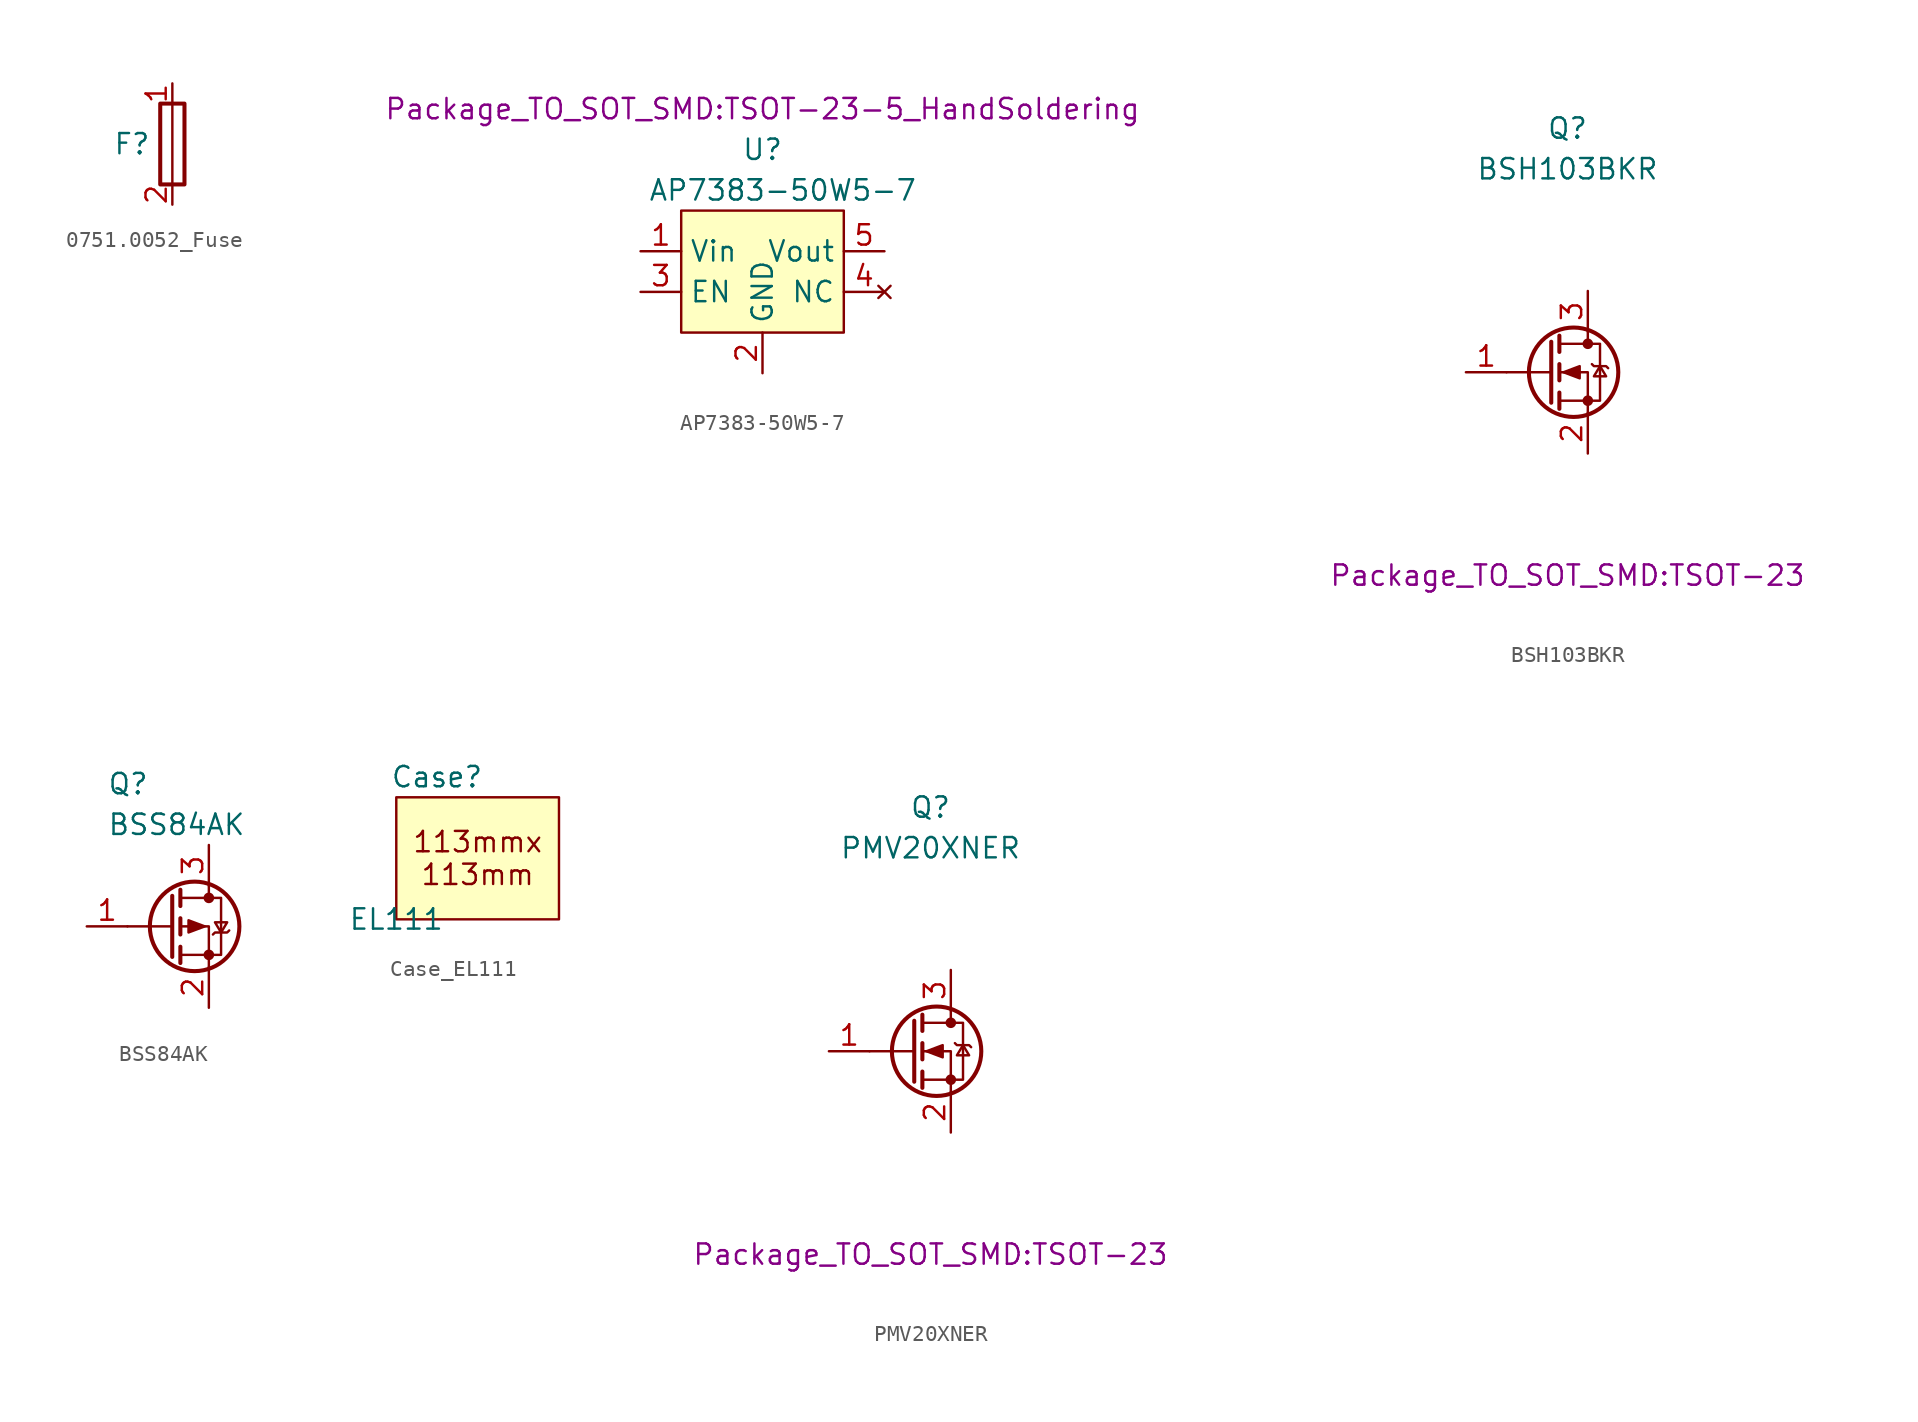
<source format=kicad_sym>
(kicad_symbol_lib
  (version 20220914)
  (generator kicad_symbol_editor)
  (symbol "0751.0052_Fuse"
    (property "Reference" "F"
      (at -2.54 3.81 0)
      (effects (font (size 1.27 1.27))))
    (property "Value" ""
      (at 0 0 0)
      (effects (font (size 1.27 1.27))))
    (symbol "0751.0052_Fuse_0_1"
      (rectangle (start -0.762 1.27) (end 0.762 6.35) (stroke (width 0.254) (type default)) (fill (type none)))
      (polyline (pts (xy 0 6.35) (xy 0 1.27)) (stroke (width 0) (type default)) (fill (type none))))
    (symbol "0751.0052_Fuse_1_1"
      (pin passive line (at 0 7.62 270) (length 1.27) (name "" (effects (font (size 1.27 1.27)))) (number "1" (effects (font (size 1.27 1.27)))))
      (pin passive line (at 0 0 90) (length 1.27) (name "" (effects (font (size 1.27 1.27)))) (number "2" (effects (font (size 1.27 1.27)))))))
  (symbol "AP7383-50W5-7"
    (property "Reference" "U"
      (at 0 8.89 0)
      (effects (font (size 1.27 1.27))))
    (property "Value" "AP7383-50W5-7"
      (at 1.27 6.35 0)
      (effects (font (size 1.27 1.27))))
    (property "Footprint" "Package_TO_SOT_SMD:TSOT-23-5_HandSoldering"
      (at 0 11.43 0)
      (effects (font (size 1.27 1.27))))
    (symbol "AP7383-50W5-7_1_1"
      (rectangle (start -5.08 5.08) (end 5.08 -2.54) (stroke (width 0) (type default)) (fill (type background)))
      (pin power_in line (at -7.62 2.54 0) (length 2.54) (name "Vin" (effects (font (size 1.27 1.27)))) (number "1" (effects (font (size 1.27 1.27)))))
      (pin passive line (at 0 -5.08 90) (length 2.54) (name "GND" (effects (font (size 1.27 1.27)))) (number "2" (effects (font (size 1.27 1.27)))))
      (pin input line (at -7.62 0 0) (length 2.54) (name "EN" (effects (font (size 1.27 1.27)))) (number "3" (effects (font (size 1.27 1.27)))))
      (pin no_connect line (at 7.62 0 180) (length 2.54) (name "NC" (effects (font (size 1.27 1.27)))) (number "4" (effects (font (size 1.27 1.27)))))
      (pin power_out line (at 7.62 2.54 180) (length 2.54) (name "Vout" (effects (font (size 1.27 1.27)))) (number "5" (effects (font (size 1.27 1.27)))))))
  (symbol "BSH103BKR"
    (property "Reference" "Q"
      (at 0 15.24 0)
      (effects (font (size 1.27 1.27))))
    (property "Value" "BSH103BKR"
      (at 0 12.7 0)
      (effects (font (size 1.27 1.27))))
    (property "Footprint" "Package_TO_SOT_SMD:TSOT-23"
      (at 0 -12.7 0)
      (effects (font (size 1.27 1.27))))
    (symbol "BSH103BKR_0_1"
      (polyline (pts (xy -1.016 0) (xy -3.81 0)) (stroke (width 0) (type default)) (fill (type none)))
      (polyline (pts (xy -1.016 1.905) (xy -1.016 -1.905)) (stroke (width 0.254) (type default)) (fill (type none)))
      (polyline (pts (xy -0.508 -1.27) (xy -0.508 -2.286)) (stroke (width 0.254) (type default)) (fill (type none)))
      (polyline (pts (xy -0.508 0.508) (xy -0.508 -0.508)) (stroke (width 0.254) (type default)) (fill (type none)))
      (polyline (pts (xy -0.508 2.286) (xy -0.508 1.27)) (stroke (width 0.254) (type default)) (fill (type none)))
      (polyline (pts (xy 1.27 2.54) (xy 1.27 1.778)) (stroke (width 0) (type default)) (fill (type none)))
      (polyline (pts (xy 1.27 -2.54) (xy 1.27 0) (xy -0.508 0)) (stroke (width 0) (type default)) (fill (type none)))
      (polyline (pts (xy -0.508 -1.778) (xy 2.032 -1.778) (xy 2.032 1.778) (xy -0.508 1.778)) (stroke (width 0) (type default)) (fill (type none)))
      (polyline (pts (xy -0.254 0) (xy 0.762 0.381) (xy 0.762 -0.381) (xy -0.254 0)) (stroke (width 0) (type default)) (fill (type outline)))
      (polyline (pts (xy 1.524 0.508) (xy 1.651 0.381) (xy 2.413 0.381) (xy 2.54 0.254)) (stroke (width 0) (type default)) (fill (type none)))
      (polyline (pts (xy 2.032 0.381) (xy 1.651 -0.254) (xy 2.413 -0.254) (xy 2.032 0.381)) (stroke (width 0) (type default)) (fill (type none)))
      (circle (center 0.381 0) (radius 2.794) (stroke (width 0.254) (type default)) (fill (type none)))
      (circle (center 1.27 -1.778) (radius 0.254) (stroke (width 0) (type default)) (fill (type outline)))
      (circle (center 1.27 1.778) (radius 0.254) (stroke (width 0) (type default)) (fill (type outline))))
    (symbol "BSH103BKR_1_1"
      (pin input line (at -6.35 0 0) (length 2.54) (name "" (effects (font (size 1.27 1.27)))) (number "1" (effects (font (size 1.27 1.27)))))
      (pin passive line (at 1.27 -5.08 90) (length 2.54) (name "" (effects (font (size 1.27 1.27)))) (number "2" (effects (font (size 1.27 1.27)))))
      (pin passive line (at 1.27 5.08 270) (length 2.54) (name "" (effects (font (size 1.27 1.27)))) (number "3" (effects (font (size 1.27 1.27)))))))
  (symbol "BSS84AK"
    (property "Reference" "Q"
      (at -5.08 8.89 0)
      (effects (font (size 1.27 1.27)) (justify left)))
    (property "Value" "BSS84AK"
      (at -5.08 6.35 0)
      (effects (font (size 1.27 1.27)) (justify left)))
    (symbol "BSS84AK_0_1"
      (polyline (pts (xy -1.016 0) (xy -3.81 0)) (stroke (width 0) (type default)) (fill (type none)))
      (polyline (pts (xy -1.016 1.905) (xy -1.016 -1.905)) (stroke (width 0.254) (type default)) (fill (type none)))
      (polyline (pts (xy -0.508 -1.27) (xy -0.508 -2.286)) (stroke (width 0.254) (type default)) (fill (type none)))
      (polyline (pts (xy -0.508 0.508) (xy -0.508 -0.508)) (stroke (width 0.254) (type default)) (fill (type none)))
      (polyline (pts (xy -0.508 2.286) (xy -0.508 1.27)) (stroke (width 0.254) (type default)) (fill (type none)))
      (polyline (pts (xy 1.27 2.54) (xy 1.27 1.778)) (stroke (width 0) (type default)) (fill (type none)))
      (polyline (pts (xy 1.27 -2.54) (xy 1.27 0) (xy -0.508 0)) (stroke (width 0) (type default)) (fill (type none)))
      (polyline (pts (xy -0.508 1.778) (xy 2.032 1.778) (xy 2.032 -1.778) (xy -0.508 -1.778)) (stroke (width 0) (type default)) (fill (type none)))
      (polyline (pts (xy 1.016 0) (xy 0 0.381) (xy 0 -0.381) (xy 1.016 0)) (stroke (width 0) (type default)) (fill (type outline)))
      (polyline (pts (xy 1.524 -0.508) (xy 1.651 -0.381) (xy 2.413 -0.381) (xy 2.54 -0.254)) (stroke (width 0) (type default)) (fill (type none)))
      (polyline (pts (xy 2.032 -0.381) (xy 1.651 0.254) (xy 2.413 0.254) (xy 2.032 -0.381)) (stroke (width 0) (type default)) (fill (type none)))
      (circle (center 0.381 0) (radius 2.794) (stroke (width 0.254) (type default)) (fill (type none)))
      (circle (center 1.27 -1.778) (radius 0.254) (stroke (width 0) (type default)) (fill (type outline)))
      (circle (center 1.27 1.778) (radius 0.254) (stroke (width 0) (type default)) (fill (type outline))))
    (symbol "BSS84AK_1_1"
      (pin input line (at -6.35 0 0) (length 2.54) (name "" (effects (font (size 1.27 1.27)))) (number "1" (effects (font (size 1.27 1.27)))))
      (pin passive line (at 1.27 -5.08 90) (length 2.54) (name "" (effects (font (size 1.27 1.27)))) (number "2" (effects (font (size 1.27 1.27)))))
      (pin passive line (at 1.27 5.08 270) (length 2.54) (name "" (effects (font (size 1.27 1.27)))) (number "3" (effects (font (size 1.27 1.27)))))))
  (symbol "Case_EL111"
    (property "Reference" "Case"
      (at 2.54 8.89 0)
      (effects (font (size 1.27 1.27))))
    (property "Value" "EL111"
      (at 0 0 0)
      (effects (font (size 1.27 1.27))))
    (symbol "Case_EL111_1_1"
      (rectangle (start 0 7.62) (end 10.16 0) (stroke (width 0) (type default)) (fill (type background)))
      (text "113mmx\n113mm" (at 5.08 3.81 0) (effects (font (size 1.27 1.27))))))
  (symbol "PMV20XNER"
    (property "Reference" "Q"
      (at 0 15.24 0)
      (effects (font (size 1.27 1.27))))
    (property "Value" "PMV20XNER"
      (at 0 12.7 0)
      (effects (font (size 1.27 1.27))))
    (property "Footprint" "Package_TO_SOT_SMD:TSOT-23"
      (at 0 -12.7 0)
      (effects (font (size 1.27 1.27))))
    (symbol "PMV20XNER_0_1"
      (polyline (pts (xy -1.016 0) (xy -3.81 0)) (stroke (width 0) (type default)) (fill (type none)))
      (polyline (pts (xy -1.016 1.905) (xy -1.016 -1.905)) (stroke (width 0.254) (type default)) (fill (type none)))
      (polyline (pts (xy -0.508 -1.27) (xy -0.508 -2.286)) (stroke (width 0.254) (type default)) (fill (type none)))
      (polyline (pts (xy -0.508 0.508) (xy -0.508 -0.508)) (stroke (width 0.254) (type default)) (fill (type none)))
      (polyline (pts (xy -0.508 2.286) (xy -0.508 1.27)) (stroke (width 0.254) (type default)) (fill (type none)))
      (polyline (pts (xy 1.27 2.54) (xy 1.27 1.778)) (stroke (width 0) (type default)) (fill (type none)))
      (polyline (pts (xy 1.27 -2.54) (xy 1.27 0) (xy -0.508 0)) (stroke (width 0) (type default)) (fill (type none)))
      (polyline (pts (xy -0.508 -1.778) (xy 2.032 -1.778) (xy 2.032 1.778) (xy -0.508 1.778)) (stroke (width 0) (type default)) (fill (type none)))
      (polyline (pts (xy -0.254 0) (xy 0.762 0.381) (xy 0.762 -0.381) (xy -0.254 0)) (stroke (width 0) (type default)) (fill (type outline)))
      (polyline (pts (xy 1.524 0.508) (xy 1.651 0.381) (xy 2.413 0.381) (xy 2.54 0.254)) (stroke (width 0) (type default)) (fill (type none)))
      (polyline (pts (xy 2.032 0.381) (xy 1.651 -0.254) (xy 2.413 -0.254) (xy 2.032 0.381)) (stroke (width 0) (type default)) (fill (type none)))
      (circle (center 0.381 0) (radius 2.794) (stroke (width 0.254) (type default)) (fill (type none)))
      (circle (center 1.27 -1.778) (radius 0.254) (stroke (width 0) (type default)) (fill (type outline)))
      (circle (center 1.27 1.778) (radius 0.254) (stroke (width 0) (type default)) (fill (type outline))))
    (symbol "PMV20XNER_1_1"
      (pin input line (at -6.35 0 0) (length 2.54) (name "" (effects (font (size 1.27 1.27)))) (number "1" (effects (font (size 1.27 1.27)))))
      (pin passive line (at 1.27 -5.08 90) (length 2.54) (name "" (effects (font (size 1.27 1.27)))) (number "2" (effects (font (size 1.27 1.27)))))
      (pin passive line (at 1.27 5.08 270) (length 2.54) (name "" (effects (font (size 1.27 1.27)))) (number "3" (effects (font (size 1.27 1.27))))))))
</source>
